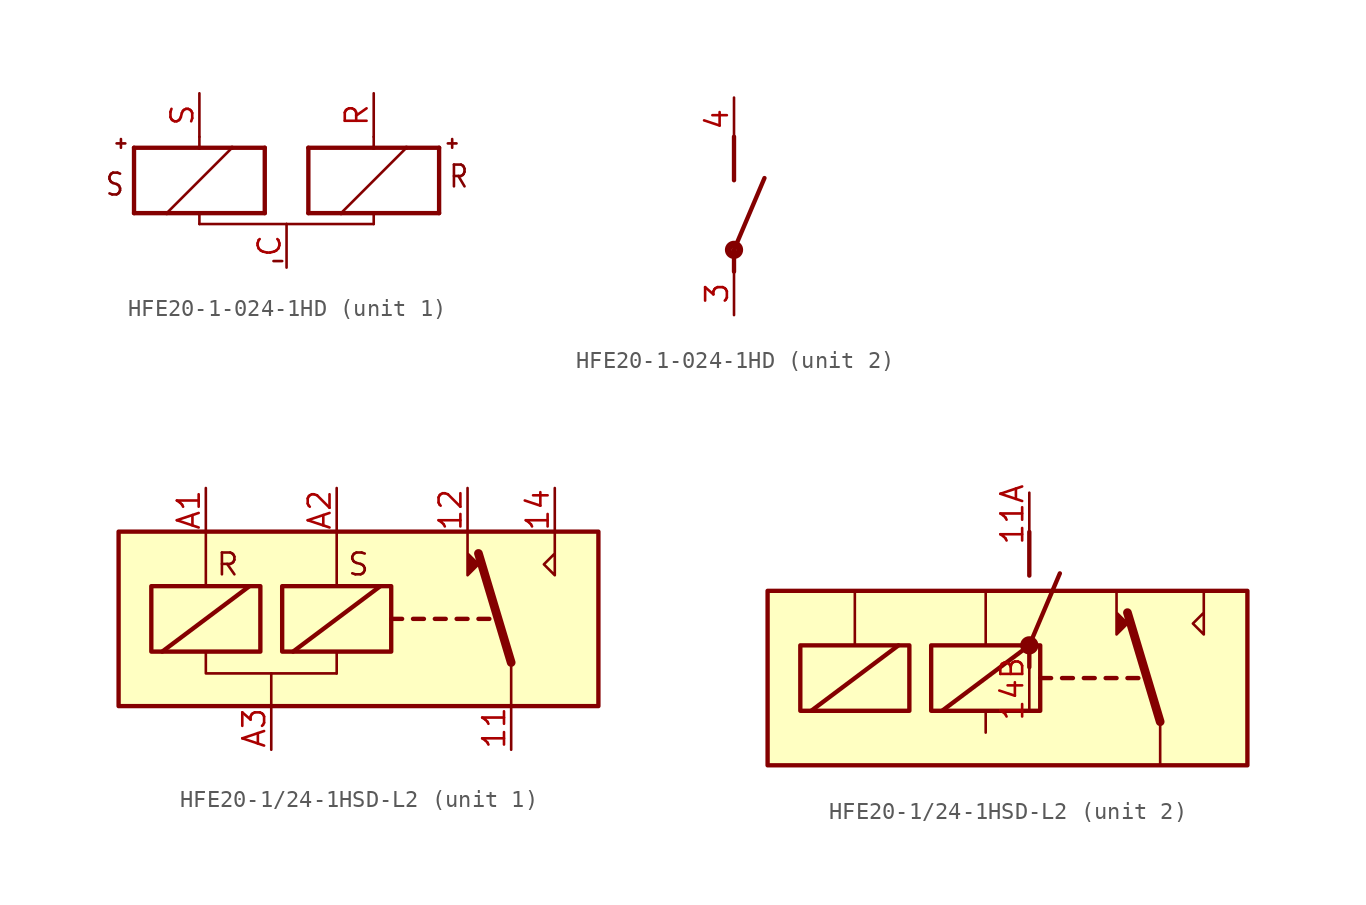
<source format=kicad_sym>
(kicad_symbol_lib
  (version 20220914)
  (generator kicad_symbol_editor)
  (symbol "HFE20-1-024-1HD"
    (property "Reference" ""
      (at 2.54 0 0)
      (effects (font (size 1.778 1.511)) (justify left bottom) hide))
    (property "ki_locked" ""
      (at 0 0 0)
      (effects (font (size 1.27 1.27))))
    (symbol "HFE20-1-024-1HD_1_0"
      (polyline (pts (xy -14.732 2.413) (xy -14.732 1.905)) (stroke (width 0.152) (type solid)) (fill (type none)))
      (polyline (pts (xy -14.478 2.159) (xy -14.986 2.159)) (stroke (width 0.152) (type solid)) (fill (type none)))
      (polyline (pts (xy -13.97 -1.905) (xy -12.065 -1.905)) (stroke (width 0.254) (type solid)) (fill (type none)))
      (polyline (pts (xy -13.97 1.905) (xy -13.97 -1.905)) (stroke (width 0.254) (type solid)) (fill (type none)))
      (polyline (pts (xy -12.065 -1.905) (xy -10.16 -1.905)) (stroke (width 0.254) (type solid)) (fill (type none)))
      (polyline (pts (xy -10.16 -2.54) (xy -10.16 -1.905)) (stroke (width 0.152) (type solid)) (fill (type none)))
      (polyline (pts (xy -10.16 -1.905) (xy -6.35 -1.905)) (stroke (width 0.254) (type solid)) (fill (type none)))
      (polyline (pts (xy -10.16 1.905) (xy -13.97 1.905)) (stroke (width 0.254) (type solid)) (fill (type none)))
      (polyline (pts (xy -10.16 2.54) (xy -10.16 1.905)) (stroke (width 0.152) (type solid)) (fill (type none)))
      (polyline (pts (xy -8.255 1.905) (xy -12.065 -1.905)) (stroke (width 0.152) (type solid)) (fill (type none)))
      (polyline (pts (xy -8.255 1.905) (xy -10.16 1.905)) (stroke (width 0.254) (type solid)) (fill (type none)))
      (polyline (pts (xy -6.35 -1.905) (xy -6.35 1.905)) (stroke (width 0.254) (type solid)) (fill (type none)))
      (polyline (pts (xy -6.35 1.905) (xy -8.255 1.905)) (stroke (width 0.254) (type solid)) (fill (type none)))
      (polyline (pts (xy -5.842 -4.699) (xy -5.334 -4.699)) (stroke (width 0.152) (type solid)) (fill (type none)))
      (polyline (pts (xy -5.08 -2.54) (xy -10.16 -2.54)) (stroke (width 0.152) (type solid)) (fill (type none)))
      (polyline (pts (xy -5.08 -2.54) (xy 0 -2.54)) (stroke (width 0.152) (type solid)) (fill (type none)))
      (polyline (pts (xy -3.81 -1.905) (xy -1.905 -1.905)) (stroke (width 0.254) (type solid)) (fill (type none)))
      (polyline (pts (xy -3.81 1.905) (xy -3.81 -1.905)) (stroke (width 0.254) (type solid)) (fill (type none)))
      (polyline (pts (xy -1.905 -1.905) (xy 0 -1.905)) (stroke (width 0.254) (type solid)) (fill (type none)))
      (polyline (pts (xy -1.905 -1.905) (xy 1.905 1.905)) (stroke (width 0.152) (type solid)) (fill (type none)))
      (polyline (pts (xy 0 -2.54) (xy 0 -1.905)) (stroke (width 0.152) (type solid)) (fill (type none)))
      (polyline (pts (xy 0 -1.905) (xy 3.81 -1.905)) (stroke (width 0.254) (type solid)) (fill (type none)))
      (polyline (pts (xy 0 1.905) (xy -3.81 1.905)) (stroke (width 0.254) (type solid)) (fill (type none)))
      (polyline (pts (xy 0 2.54) (xy 0 1.905)) (stroke (width 0.152) (type solid)) (fill (type none)))
      (polyline (pts (xy 1.905 1.905) (xy 0 1.905)) (stroke (width 0.254) (type solid)) (fill (type none)))
      (polyline (pts (xy 3.81 -1.905) (xy 3.81 1.905)) (stroke (width 0.254) (type solid)) (fill (type none)))
      (polyline (pts (xy 3.81 1.905) (xy 1.905 1.905)) (stroke (width 0.254) (type solid)) (fill (type none)))
      (polyline (pts (xy 4.318 2.159) (xy 4.826 2.159)) (stroke (width 0.152) (type solid)) (fill (type none)))
      (polyline (pts (xy 4.572 2.413) (xy 4.572 1.905)) (stroke (width 0.152) (type solid)) (fill (type none)))
      (text "R" (at 4.318 -0.508 0) (effects (font (size 1.27 1.079)) (justify left bottom)))
      (text "S" (at -14.478 0.508 0) (effects (font (size 1.27 1.079)) (justify right top)))
      (pin passive line (at -5.08 -5.08 90) (length 2.54) (name "-" (effects (font (size 0 0)))) (number "C" (effects (font (size 1.27 1.27)))))
      (pin passive line (at 0 5.08 270) (length 2.54) (name "R+" (effects (font (size 0 0)))) (number "R" (effects (font (size 1.27 1.27)))))
      (pin passive line (at -10.16 5.08 270) (length 2.54) (name "S+" (effects (font (size 0 0)))) (number "S" (effects (font (size 1.27 1.27))))))
    (symbol "HFE20-1-024-1HD_2_0"
      (polyline (pts (xy 0 1.27) (xy 0 0)) (stroke (width 0.254) (type solid)) (fill (type none)))
      (polyline (pts (xy 0 1.27) (xy 1.778 5.461)) (stroke (width 0.254) (type solid)) (fill (type none)))
      (polyline (pts (xy 0 5.334) (xy 0 7.874)) (stroke (width 0.254) (type solid)) (fill (type none)))
      (circle (center 0 1.27) (radius 0.127) (stroke (width 0.406) (type solid)) (fill (type none)))
      (pin passive line (at 0 -2.54 90) (length 2.54) (name "PA" (effects (font (size 0 0)))) (number "3" (effects (font (size 1.27 1.27)))))
      (pin passive line (at 0 10.16 270) (length 2.54) (name "PB" (effects (font (size 0 0)))) (number "4" (effects (font (size 1.27 1.27)))))))
  (symbol "HFE20-1/24-1HSD-L2"
    (property "Reference" "K"
      (at 13.97 2.54 0)
      (effects (font (size 1.27 1.27)) (justify left) hide))
    (property "ki_locked" ""
      (at 0 0 0)
      (effects (font (size 1.27 1.27))))
    (symbol "HFE20-1/24-1HSD-L2_0_0"
      (polyline (pts (xy 10.16 4.445) (xy 10.16 1.905) (xy 9.525 2.54) (xy 10.16 3.175)) (stroke (width 0) (type default)) (fill (type none))))
    (symbol "HFE20-1/24-1HSD-L2_0_1"
      (rectangle (start -15.24 4.445) (end 12.7 -5.715) (stroke (width 0.254) (type default)) (fill (type background)))
      (rectangle (start -13.335 1.27) (end -6.985 -2.54) (stroke (width 0.254) (type default)) (fill (type none)))
      (rectangle (start -5.715 1.27) (end 0.635 -2.54) (stroke (width 0.254) (type default)) (fill (type none)))
      (polyline (pts (xy -12.7 -2.54) (xy -7.62 1.27)) (stroke (width 0.254) (type default)) (fill (type none)))
      (polyline (pts (xy -10.16 4.445) (xy -10.16 1.27)) (stroke (width 0) (type default)) (fill (type none)))
      (polyline (pts (xy -5.08 -2.54) (xy 0 1.27)) (stroke (width 0.254) (type default)) (fill (type none)))
      (polyline (pts (xy -2.54 -3.81) (xy -2.54 -2.54)) (stroke (width 0) (type default)) (fill (type none)))
      (polyline (pts (xy -2.54 4.445) (xy -2.54 1.27)) (stroke (width 0) (type default)) (fill (type none)))
      (polyline (pts (xy 0.635 -0.635) (xy 1.27 -0.635)) (stroke (width 0.254) (type default)) (fill (type none)))
      (polyline (pts (xy 1.905 -0.635) (xy 2.54 -0.635)) (stroke (width 0.254) (type default)) (fill (type none)))
      (polyline (pts (xy 3.175 -0.635) (xy 3.81 -0.635)) (stroke (width 0.254) (type default)) (fill (type none)))
      (polyline (pts (xy 4.445 -0.635) (xy 5.08 -0.635)) (stroke (width 0.254) (type default)) (fill (type none)))
      (polyline (pts (xy 5.715 -0.635) (xy 6.35 -0.635)) (stroke (width 0.254) (type default)) (fill (type none)))
      (polyline (pts (xy 7.62 -3.175) (xy 5.715 3.175)) (stroke (width 0.508) (type default)) (fill (type none)))
      (polyline (pts (xy 7.62 -3.175) (xy 7.62 -5.715)) (stroke (width 0) (type default)) (fill (type none)))
      (polyline (pts (xy 5.08 4.445) (xy 5.08 1.905) (xy 5.715 2.54) (xy 5.08 3.175)) (stroke (width 0) (type default)) (fill (type outline))))
    (symbol "HFE20-1/24-1HSD-L2_1_1"
      (polyline (pts (xy -6.35 -3.81) (xy -10.16 -3.81) (xy -10.16 -2.54)) (stroke (width 0) (type default)) (fill (type none)))
      (polyline (pts (xy -2.54 -3.81) (xy -6.35 -3.81) (xy -6.35 -5.715)) (stroke (width 0) (type default)) (fill (type none)))
      (text "R" (at -8.89 2.54 0) (effects (font (size 1.27 1.27))))
      (text "S" (at -1.27 2.54 0) (effects (font (size 1.27 1.27))))
      (pin passive line (at 7.62 -8.255 90) (length 2.54) (name "~" (effects (font (size 1.27 1.27)))) (number "11" (effects (font (size 1.27 1.27)))))
      (pin passive line (at 5.08 6.985 270) (length 2.54) (name "~" (effects (font (size 1.27 1.27)))) (number "12" (effects (font (size 1.27 1.27)))))
      (pin passive line (at 10.16 6.985 270) (length 2.54) (name "~" (effects (font (size 1.27 1.27)))) (number "14" (effects (font (size 1.27 1.27)))))
      (pin passive line (at -10.16 6.985 270) (length 2.54) (name "~" (effects (font (size 1.27 1.27)))) (number "A1" (effects (font (size 1.27 1.27)))))
      (pin passive line (at -2.54 6.985 270) (length 2.54) (name "~" (effects (font (size 1.27 1.27)))) (number "A2" (effects (font (size 1.27 1.27)))))
      (pin passive line (at -6.35 -8.255 90) (length 2.54) (name "~" (effects (font (size 1.27 1.27)))) (number "A3" (effects (font (size 1.27 1.27))))))
    (symbol "HFE20-1/24-1HSD-L2_2_0"
      (polyline (pts (xy 0 1.27) (xy 0 0)) (stroke (width 0.254) (type solid)) (fill (type none)))
      (polyline (pts (xy 0 1.27) (xy 1.778 5.461)) (stroke (width 0.254) (type solid)) (fill (type none)))
      (polyline (pts (xy 0 5.334) (xy 0 7.874)) (stroke (width 0.254) (type solid)) (fill (type none)))
      (circle (center 0 1.27) (radius 0.127) (stroke (width 0.406) (type solid)) (fill (type none)))
      (pin passive line (at 0 10.16 270) (length 2.54) (name "PB" (effects (font (size 0 0)))) (number "11A" (effects (font (size 1.27 1.27)))))
      (pin passive line (at 0 -2.54 90) (length 2.54) (name "PA" (effects (font (size 0 0)))) (number "14B" (effects (font (size 1.27 1.27))))))))
</source>
